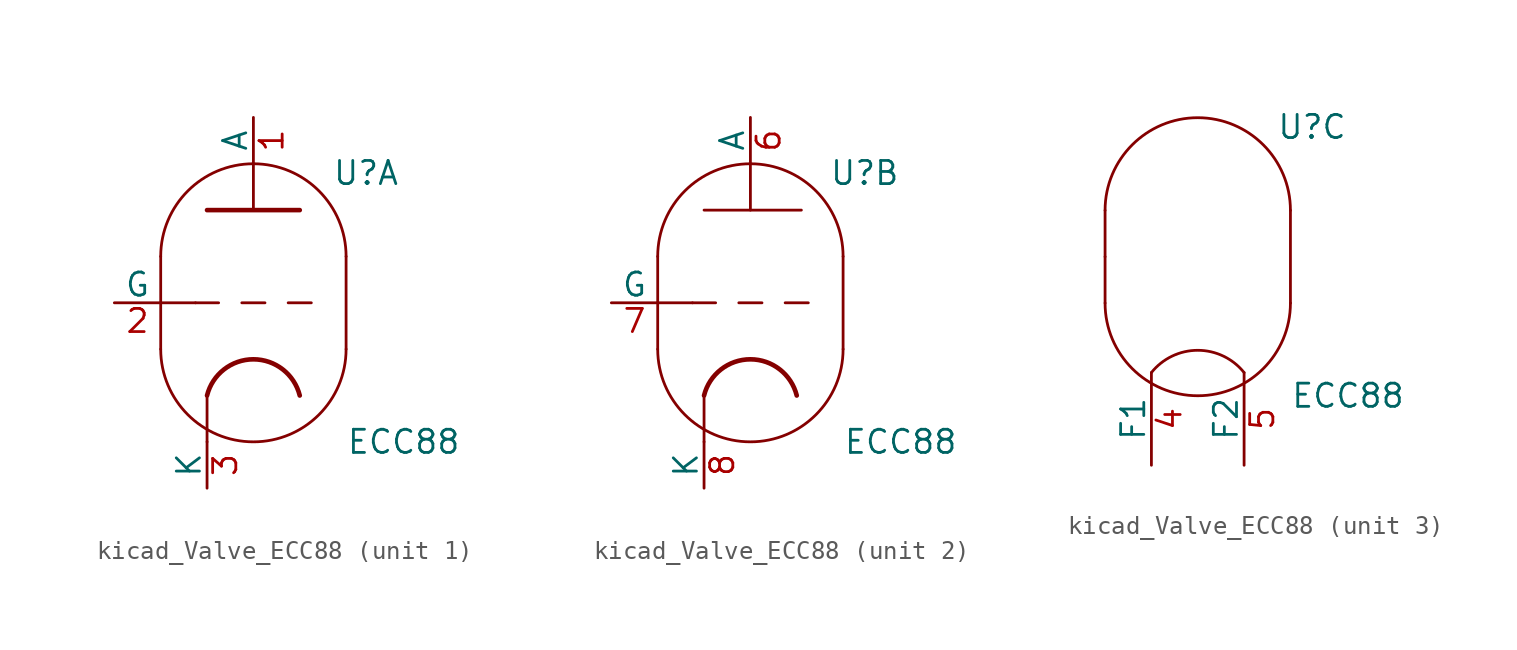
<source format=kicad_sym>
(kicad_symbol_lib
  (version 20220914)
  (generator kicad_symbol_editor)
  (symbol "kicad_Valve_ECC88"
    (pin_names
      (offset 0))
    (property "Reference" "U"
      (at 4.318 7.112 0)
      (effects (font (size 1.27 1.27)) (justify left)))
    (property "Value" "ECC88"
      (at 5.08 -7.62 0)
      (effects (font (size 1.27 1.27)) (justify left)))
    (property "ki_locked" ""
      (at 0 0 0)
      (effects (font (size 1.27 1.27))))
    (symbol "kicad_Valve_ECC88_0_1"
      (arc (start -5.08 -2.54) (mid 0 -7.5979) (end 5.08 -2.54) (stroke (width 0) (type default)) (fill (type none)))
      (polyline (pts (xy -5.08 0) (xy -5.08 -2.54)) (stroke (width 0) (type default)) (fill (type none)))
      (polyline (pts (xy -5.08 2.54) (xy -5.08 0)) (stroke (width 0) (type default)) (fill (type none)))
      (polyline (pts (xy 5.08 2.54) (xy 5.08 -2.54)) (stroke (width 0) (type default)) (fill (type none)))
      (arc (start 5.08 2.54) (mid 0 7.5979) (end -5.08 2.54) (stroke (width 0) (type default)) (fill (type none))))
    (symbol "kicad_Valve_ECC88_1_0"
      (polyline (pts (xy -2.54 -5.08) (xy -2.54 -7.62)) (stroke (width 0) (type default)) (fill (type none)))
      (polyline (pts (xy 0 5.08) (xy 0 7.62)) (stroke (width 0) (type default)) (fill (type none))))
    (symbol "kicad_Valve_ECC88_1_1"
      (polyline (pts (xy -5.08 0) (xy -3.175 0)) (stroke (width 0) (type default)) (fill (type none)))
      (polyline (pts (xy -1.905 0) (xy -3.175 0)) (stroke (width 0.152) (type default)) (fill (type none)))
      (polyline (pts (xy -0.635 0) (xy 0.635 0)) (stroke (width 0.152) (type default)) (fill (type none)))
      (polyline (pts (xy 1.905 0) (xy 3.175 0)) (stroke (width 0.152) (type default)) (fill (type none)))
      (polyline (pts (xy -2.54 5.08) (xy 2.54 5.08) (xy 2.54 5.08)) (stroke (width 0.254) (type default)) (fill (type none)))
      (arc (start 2.54 -5.08) (mid 0 -3.0968) (end -2.54 -5.08) (stroke (width 0.254) (type default)) (fill (type none)))
      (pin output line (at 0 10.16 270) (length 2.54) (name "A" (effects (font (size 1.27 1.27)))) (number "1" (effects (font (size 1.27 1.27)))))
      (pin input line (at -7.62 0 0) (length 2.54) (name "G" (effects (font (size 1.27 1.27)))) (number "2" (effects (font (size 1.27 1.27)))))
      (pin bidirectional line (at -2.54 -10.16 90) (length 2.54) (name "K" (effects (font (size 1.27 1.27)))) (number "3" (effects (font (size 1.27 1.27))))))
    (symbol "kicad_Valve_ECC88_2_0"
      (polyline (pts (xy -5.08 0) (xy -3.175 0)) (stroke (width 0) (type default)) (fill (type none)))
      (polyline (pts (xy -2.54 -5.08) (xy -2.54 -7.62)) (stroke (width 0) (type default)) (fill (type none)))
      (polyline (pts (xy -1.905 0) (xy -3.175 0)) (stroke (width 0.152) (type default)) (fill (type none)))
      (polyline (pts (xy -0.635 0) (xy 0.635 0)) (stroke (width 0.152) (type default)) (fill (type none)))
      (polyline (pts (xy 0 5.08) (xy 0 7.62)) (stroke (width 0) (type default)) (fill (type none)))
      (polyline (pts (xy 1.905 0) (xy 3.175 0)) (stroke (width 0.152) (type default)) (fill (type none)))
      (polyline (pts (xy 2.794 5.08) (xy -2.54 5.08) (xy -2.54 5.08)) (stroke (width 0.152) (type default)) (fill (type none))))
    (symbol "kicad_Valve_ECC88_2_1"
      (arc (start 2.54 -5.08) (mid 0 -3.0968) (end -2.54 -5.08) (stroke (width 0.254) (type default)) (fill (type none)))
      (pin output line (at 0 10.16 270) (length 2.54) (name "A" (effects (font (size 1.27 1.27)))) (number "6" (effects (font (size 1.27 1.27)))))
      (pin input line (at -7.62 0 0) (length 2.54) (name "G" (effects (font (size 1.27 1.27)))) (number "7" (effects (font (size 1.27 1.27)))))
      (pin bidirectional line (at -2.54 -10.16 90) (length 2.54) (name "K" (effects (font (size 1.27 1.27)))) (number "8" (effects (font (size 1.27 1.27))))))
    (symbol "kicad_Valve_ECC88_3_1"
      (arc (start 2.54 -6.35) (mid 0 -5.1292) (end -2.54 -6.35) (stroke (width 0) (type default)) (fill (type none)))
      (pin power_in line (at -2.54 -11.43 90) (length 5.08) (name "F1" (effects (font (size 1.27 1.27)))) (number "4" (effects (font (size 1.27 1.27)))))
      (pin power_in line (at 2.54 -11.43 90) (length 5.08) (name "F2" (effects (font (size 1.27 1.27)))) (number "5" (effects (font (size 1.27 1.27))))))))
</source>
